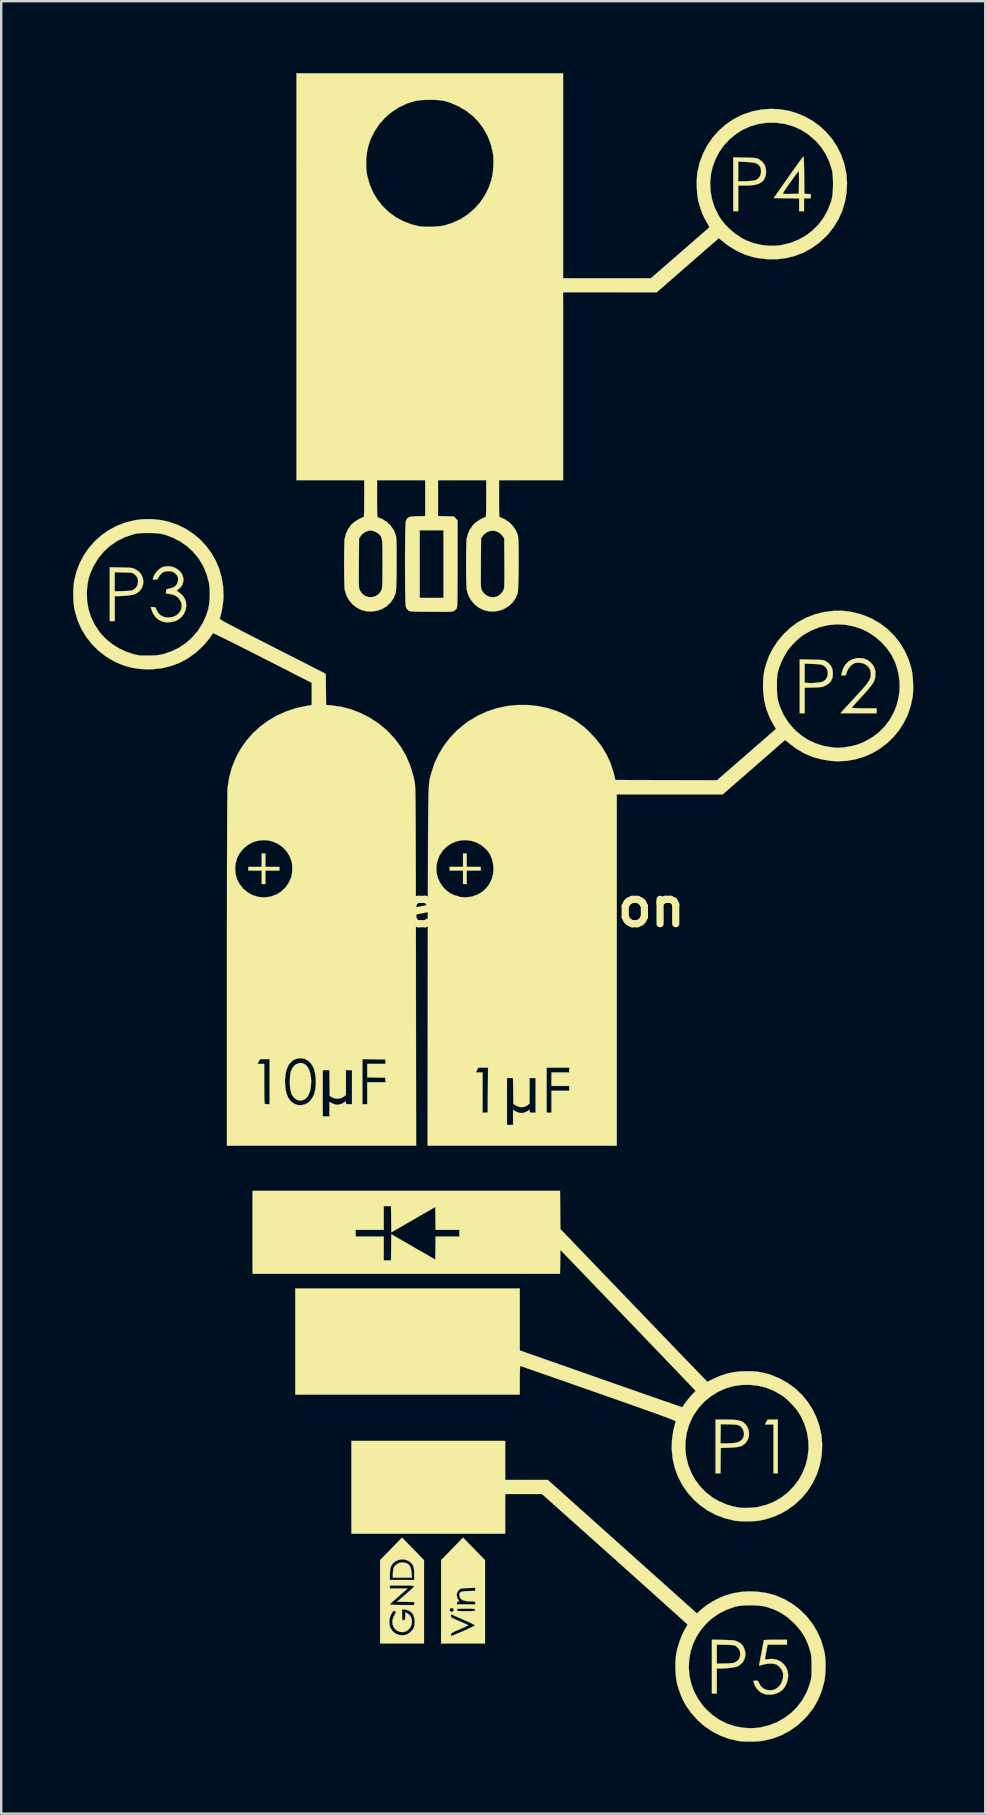
<source format=kicad_pcb>
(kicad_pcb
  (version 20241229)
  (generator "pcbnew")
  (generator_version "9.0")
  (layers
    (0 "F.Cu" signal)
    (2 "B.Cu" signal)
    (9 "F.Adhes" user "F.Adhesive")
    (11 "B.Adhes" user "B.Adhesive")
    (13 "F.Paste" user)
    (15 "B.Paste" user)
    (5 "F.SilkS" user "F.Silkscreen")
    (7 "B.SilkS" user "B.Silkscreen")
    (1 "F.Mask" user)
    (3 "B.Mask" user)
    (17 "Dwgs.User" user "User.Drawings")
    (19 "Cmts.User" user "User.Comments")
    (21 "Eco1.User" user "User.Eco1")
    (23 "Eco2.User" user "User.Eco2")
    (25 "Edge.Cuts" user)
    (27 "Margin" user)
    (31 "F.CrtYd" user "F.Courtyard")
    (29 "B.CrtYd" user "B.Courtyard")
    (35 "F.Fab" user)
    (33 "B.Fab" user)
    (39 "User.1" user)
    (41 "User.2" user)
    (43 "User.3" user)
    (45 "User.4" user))
  (footprint "power_section"
    (layer "F.Cu")
    (at 14.892 3.774)
    (property "Reference" "power_section" (at 2.603 30.988 0) (layer "F.SilkS") (effects (font (size 1.524 1.524) (thickness 0.3))))
    (attr through_hole)
    (fp_poly (pts (xy 14.477 54.583) (xy 14.299 54.583) (xy 14.299 52.549) (xy 13.94 52.549) (xy 13.997 52.447) (xy 14.054 52.345) (xy 14.477 52.345) (xy 14.477 54.583)) (stroke (width 0.01) (type solid)) (fill yes) (layer "F.SilkS"))
    (fp_poly (pts (xy -6.88 29.31) (xy -6.295 29.31) (xy -6.295 29.462) (xy -6.88 29.462) (xy -6.88 30.022) (xy -7.033 30.022) (xy -7.033 29.462) (xy -7.592 29.462) (xy -7.592 29.31) (xy -7.033 29.31) (xy -7.033 28.751) (xy -6.88 28.751) (xy -6.88 29.31)) (stroke (width 0.01) (type solid)) (fill yes) (layer "F.SilkS"))
    (fp_poly (pts (xy 1.51 29.31) (xy 2.095 29.31) (xy 2.095 29.462) (xy 1.51 29.462) (xy 1.51 30.022) (xy 1.358 30.022) (xy 1.358 29.462) (xy 0.798 29.462) (xy 0.798 29.31) (xy 1.358 29.31) (xy 1.358 28.751) (xy 1.51 28.751) (xy 1.51 29.31)) (stroke (width 0.01) (type solid)) (fill yes) (layer "F.SilkS"))
    (fp_poly (pts (xy -1.129 58.305) (xy -1.006 58.33) (xy -0.916 58.38) (xy -0.853 58.461) (xy -0.812 58.578) (xy -0.789 58.736) (xy -0.771 58.931) (xy -1.566 58.931) (xy -1.566 58.759) (xy -1.555 58.608) (xy -1.517 58.494) (xy -1.448 58.408) (xy -1.361 58.35) (xy -1.267 58.311) (xy -1.178 58.301) (xy -1.129 58.305)) (stroke (width 0.01) (type solid)) (fill yes) (layer "F.SilkS"))
    (fp_poly (pts (xy -5.331 37.492) (xy -5.225 37.542) (xy -5.134 37.633) (xy -5.061 37.761) (xy -5.009 37.924) (xy -4.979 38.117) (xy -4.973 38.257) (xy -4.987 38.481) (xy -5.026 38.673) (xy -5.089 38.829) (xy -5.174 38.945) (xy -5.223 38.985) (xy -5.343 39.038) (xy -5.468 39.045) (xy -5.588 39.004) (xy -5.611 38.99) (xy -5.709 38.903) (xy -5.781 38.789) (xy -5.83 38.643) (xy -5.855 38.461) (xy -5.86 38.238) (xy -5.857 38.153) (xy -5.849 38.021) (xy -5.838 37.924) (xy -5.821 37.849) (xy -5.795 37.779) (xy -5.771 37.73) (xy -5.718 37.639) (xy -5.664 37.579) (xy -5.59 37.533) (xy -5.577 37.526) (xy -5.449 37.485) (xy -5.331 37.492)) (stroke (width 0.01) (type solid)) (fill yes) (layer "F.SilkS"))
    (fp_poly (pts (xy 13.098 -0.255) (xy 13.268 -0.252) (xy 13.396 -0.247) (xy 13.49 -0.241) (xy 13.559 -0.232) (xy 13.61 -0.22) (xy 13.653 -0.204) (xy 13.679 -0.191) (xy 13.822 -0.09) (xy 13.922 0.039) (xy 13.979 0.192) (xy 13.989 0.366) (xy 13.989 0.372) (xy 13.962 0.53) (xy 13.906 0.658) (xy 13.817 0.757) (xy 13.692 0.83) (xy 13.529 0.878) (xy 13.324 0.904) (xy 13.138 0.91) (xy 12.825 0.91) (xy 12.825 1.978) (xy 12.621 1.978) (xy 12.621 0.738) (xy 12.825 0.738) (xy 13.164 0.727) (xy 13.312 0.721) (xy 13.42 0.712) (xy 13.496 0.7) (xy 13.552 0.684) (xy 13.587 0.666) (xy 13.691 0.588) (xy 13.752 0.494) (xy 13.777 0.372) (xy 13.778 0.325) (xy 13.771 0.216) (xy 13.747 0.139) (xy 13.725 0.104) (xy 13.672 0.044) (xy 13.607 -0.000342) (xy 13.522 -0.032) (xy 13.408 -0.054) (xy 13.256 -0.068) (xy 13.158 -0.074) (xy 12.825 -0.09) (xy 12.825 0.738) (xy 12.621 0.738) (xy 12.621 -0.265) (xy 13.098 -0.255)) (stroke (width 0.01) (type solid)) (fill yes) (layer "F.SilkS"))
    (fp_poly (pts (xy 12.5 52.348) (xy 12.668 52.356) (xy 12.8 52.372) (xy 12.903 52.395) (xy 12.985 52.428) (xy 13.032 52.456) (xy 13.149 52.562) (xy 13.229 52.695) (xy 13.272 52.844) (xy 13.277 52.999) (xy 13.241 53.149) (xy 13.164 53.284) (xy 13.148 53.303) (xy 13.078 53.373) (xy 13.003 53.425) (xy 12.912 53.463) (xy 12.798 53.488) (xy 12.652 53.504) (xy 12.469 53.514) (xy 12.1 53.528) (xy 12.093 54.055) (xy 12.086 54.583) (xy 11.884 54.583) (xy 11.884 53.337) (xy 12.086 53.337) (xy 12.352 53.337) (xy 12.481 53.334) (xy 12.608 53.326) (xy 12.712 53.315) (xy 12.753 53.308) (xy 12.889 53.257) (xy 12.989 53.175) (xy 13.052 53.068) (xy 13.072 52.944) (xy 13.046 52.81) (xy 13.024 52.76) (xy 12.98 52.684) (xy 12.93 52.629) (xy 12.864 52.59) (xy 12.775 52.564) (xy 12.655 52.55) (xy 12.494 52.543) (xy 12.44 52.542) (xy 12.1 52.536) (xy 12.093 52.936) (xy 12.086 53.337) (xy 11.884 53.337) (xy 11.884 52.345) (xy 12.289 52.345) (xy 12.5 52.348)) (stroke (width 0.01) (type solid)) (fill yes) (layer "F.SilkS"))
    (fp_poly (pts (xy 15.882 20.67) (xy 16.058 20.673) (xy 16.19 20.678) (xy 16.288 20.684) (xy 16.359 20.693) (xy 16.41 20.704) (xy 16.45 20.72) (xy 16.46 20.725) (xy 16.603 20.823) (xy 16.701 20.942) (xy 16.757 21.087) (xy 16.774 21.256) (xy 16.755 21.423) (xy 16.697 21.558) (xy 16.598 21.667) (xy 16.477 21.744) (xy 16.416 21.774) (xy 16.361 21.795) (xy 16.301 21.809) (xy 16.225 21.818) (xy 16.122 21.825) (xy 15.98 21.83) (xy 15.963 21.83) (xy 15.596 21.841) (xy 15.596 22.903) (xy 15.392 22.903) (xy 15.392 21.628) (xy 15.596 21.628) (xy 15.691 21.64) (xy 15.8 21.647) (xy 15.929 21.646) (xy 16.065 21.638) (xy 16.191 21.624) (xy 16.295 21.606) (xy 16.358 21.586) (xy 16.46 21.511) (xy 16.528 21.41) (xy 16.561 21.295) (xy 16.559 21.175) (xy 16.523 21.061) (xy 16.452 20.964) (xy 16.365 20.904) (xy 16.307 20.883) (xy 16.23 20.868) (xy 16.123 20.857) (xy 15.978 20.849) (xy 15.933 20.848) (xy 15.596 20.837) (xy 15.596 21.628) (xy 15.392 21.628) (xy 15.392 20.661) (xy 15.882 20.67)) (stroke (width 0.01) (type solid)) (fill yes) (layer "F.SilkS"))
    (fp_poly (pts (xy -12.898 16.83) (xy -12.733 16.833) (xy -12.609 16.837) (xy -12.519 16.843) (xy -12.451 16.851) (xy -12.399 16.864) (xy -12.351 16.882) (xy -12.3 16.907) (xy -12.282 16.915) (xy -12.147 17.01) (xy -12.05 17.129) (xy -11.99 17.266) (xy -11.968 17.411) (xy -11.984 17.557) (xy -12.038 17.694) (xy -12.129 17.816) (xy -12.259 17.913) (xy -12.277 17.923) (xy -12.365 17.954) (xy -12.493 17.981) (xy -12.649 18.002) (xy -12.823 18.016) (xy -12.989 18.021) (xy -13.16 18.021) (xy -13.16 19.063) (xy -13.364 19.063) (xy -13.364 17.823) (xy -13.16 17.823) (xy -12.811 17.814) (xy -12.663 17.809) (xy -12.557 17.802) (xy -12.481 17.793) (xy -12.426 17.778) (xy -12.381 17.758) (xy -12.373 17.753) (xy -12.27 17.665) (xy -12.207 17.547) (xy -12.186 17.405) (xy -12.186 17.404) (xy -12.204 17.285) (xy -12.257 17.187) (xy -12.353 17.097) (xy -12.356 17.095) (xy -12.39 17.074) (xy -12.431 17.058) (xy -12.489 17.048) (xy -12.573 17.041) (xy -12.693 17.036) (xy -12.793 17.033) (xy -13.16 17.025) (xy -13.16 17.823) (xy -13.364 17.823) (xy -13.364 16.82) (xy -12.898 16.83)) (stroke (width 0.01) (type solid)) (fill yes) (layer "F.SilkS"))
    (fp_poly (pts (xy 12.195 61.529) (xy 12.365 61.533) (xy 12.492 61.538) (xy 12.587 61.545) (xy 12.658 61.555) (xy 12.714 61.568) (xy 12.764 61.587) (xy 12.785 61.596) (xy 12.894 61.651) (xy 12.968 61.708) (xy 13.025 61.782) (xy 13.069 61.867) (xy 13.12 62.029) (xy 13.124 62.19) (xy 13.083 62.341) (xy 13.001 62.476) (xy 12.88 62.584) (xy 12.818 62.621) (xy 12.73 62.652) (xy 12.602 62.679) (xy 12.445 62.7) (xy 12.272 62.714) (xy 12.106 62.718) (xy 11.935 62.719) (xy 11.935 63.761) (xy 11.731 63.761) (xy 11.731 62.52) (xy 11.935 62.52) (xy 12.284 62.512) (xy 12.432 62.507) (xy 12.539 62.5) (xy 12.615 62.49) (xy 12.67 62.476) (xy 12.714 62.455) (xy 12.72 62.452) (xy 12.826 62.371) (xy 12.888 62.274) (xy 12.911 62.15) (xy 12.912 62.123) (xy 12.899 62.001) (xy 12.853 61.903) (xy 12.765 61.813) (xy 12.739 61.792) (xy 12.705 61.771) (xy 12.664 61.756) (xy 12.607 61.746) (xy 12.523 61.739) (xy 12.404 61.734) (xy 12.302 61.732) (xy 11.935 61.724) (xy 11.935 62.52) (xy 11.731 62.52) (xy 11.731 61.518) (xy 12.195 61.529)) (stroke (width 0.01) (type solid)) (fill yes) (layer "F.SilkS"))
    (fp_poly (pts (xy 15.553 -0.284) (xy 15.559 -0.215) (xy 15.565 -0.105) (xy 15.569 0.043) (xy 15.573 0.225) (xy 15.576 0.434) (xy 15.576 0.469) (xy 15.583 1.253) (xy 15.717 1.261) (xy 15.85 1.268) (xy 15.85 1.444) (xy 15.57 1.444) (xy 15.57 1.978) (xy 15.367 1.978) (xy 15.367 1.445) (xy 14.307 1.431) (xy 14.439 1.244) (xy 14.689 1.244) (xy 14.708 1.255) (xy 14.753 1.26) (xy 14.831 1.262) (xy 14.949 1.261) (xy 15.014 1.26) (xy 15.354 1.253) (xy 15.361 0.776) (xy 15.362 0.627) (xy 15.362 0.497) (xy 15.359 0.394) (xy 15.355 0.326) (xy 15.349 0.301) (xy 15.349 0.301) (xy 15.329 0.321) (xy 15.286 0.375) (xy 15.225 0.457) (xy 15.15 0.56) (xy 15.068 0.675) (xy 14.982 0.795) (xy 14.899 0.914) (xy 14.822 1.024) (xy 14.759 1.117) (xy 14.713 1.187) (xy 14.69 1.227) (xy 14.689 1.229) (xy 14.689 1.244) (xy 14.439 1.244) (xy 14.915 0.566) (xy 15.046 0.381) (xy 15.168 0.208) (xy 15.279 0.054) (xy 15.375 -0.079) (xy 15.452 -0.185) (xy 15.509 -0.261) (xy 15.541 -0.301) (xy 15.546 -0.306) (xy 15.553 -0.284)) (stroke (width 0.01) (type solid)) (fill yes) (layer "F.SilkS"))
    (fp_poly (pts (xy 18.04 20.619) (xy 18.195 20.673) (xy 18.328 20.768) (xy 18.367 20.808) (xy 18.46 20.923) (xy 18.515 21.036) (xy 18.541 21.164) (xy 18.545 21.268) (xy 18.541 21.358) (xy 18.53 21.44) (xy 18.506 21.52) (xy 18.468 21.604) (xy 18.411 21.696) (xy 18.332 21.802) (xy 18.228 21.927) (xy 18.096 22.077) (xy 17.931 22.258) (xy 17.914 22.276) (xy 17.808 22.392) (xy 17.714 22.496) (xy 17.638 22.582) (xy 17.584 22.643) (xy 17.559 22.675) (xy 17.558 22.677) (xy 17.579 22.684) (xy 17.645 22.69) (xy 17.748 22.694) (xy 17.88 22.698) (xy 18.036 22.699) (xy 18.073 22.699) (xy 18.596 22.699) (xy 18.596 22.903) (xy 17.09 22.903) (xy 17.187 22.795) (xy 17.233 22.745) (xy 17.306 22.664) (xy 17.401 22.561) (xy 17.512 22.441) (xy 17.632 22.311) (xy 17.691 22.247) (xy 17.86 22.063) (xy 17.996 21.912) (xy 18.104 21.787) (xy 18.187 21.684) (xy 18.248 21.599) (xy 18.292 21.526) (xy 18.322 21.46) (xy 18.342 21.398) (xy 18.345 21.384) (xy 18.358 21.229) (xy 18.326 21.091) (xy 18.255 20.973) (xy 18.151 20.882) (xy 18.02 20.821) (xy 17.866 20.796) (xy 17.704 20.809) (xy 17.611 20.849) (xy 17.517 20.926) (xy 17.433 21.025) (xy 17.371 21.134) (xy 17.351 21.194) (xy 17.331 21.271) (xy 17.311 21.31) (xy 17.277 21.324) (xy 17.224 21.326) (xy 17.128 21.326) (xy 17.149 21.213) (xy 17.207 21.025) (xy 17.304 20.867) (xy 17.433 20.741) (xy 17.59 20.654) (xy 17.77 20.609) (xy 17.856 20.603) (xy 18.04 20.619)) (stroke (width 0.01) (type solid)) (fill yes) (layer "F.SilkS"))
    (fp_poly (pts (xy 14.859 61.727) (xy 14.05 61.727) (xy 13.997 62.013) (xy 13.975 62.13) (xy 13.958 62.228) (xy 13.947 62.298) (xy 13.943 62.327) (xy 13.962 62.341) (xy 14.021 62.339) (xy 14.079 62.33) (xy 14.265 62.32) (xy 14.441 62.355) (xy 14.599 62.432) (xy 14.732 62.546) (xy 14.833 62.693) (xy 14.887 62.832) (xy 14.91 63.009) (xy 14.89 63.194) (xy 14.832 63.373) (xy 14.737 63.534) (xy 14.664 63.617) (xy 14.531 63.713) (xy 14.369 63.778) (xy 14.192 63.809) (xy 14.013 63.804) (xy 13.875 63.77) (xy 13.742 63.698) (xy 13.624 63.587) (xy 13.53 63.449) (xy 13.472 63.297) (xy 13.464 63.253) (xy 13.479 63.233) (xy 13.529 63.228) (xy 13.556 63.227) (xy 13.618 63.231) (xy 13.655 63.249) (xy 13.682 63.296) (xy 13.701 63.342) (xy 13.772 63.463) (xy 13.874 63.553) (xy 14 63.609) (xy 14.138 63.63) (xy 14.279 63.614) (xy 14.414 63.558) (xy 14.492 63.502) (xy 14.593 63.383) (xy 14.664 63.239) (xy 14.7 63.084) (xy 14.698 62.931) (xy 14.681 62.86) (xy 14.626 62.75) (xy 14.543 62.648) (xy 14.446 62.57) (xy 14.405 62.548) (xy 14.295 62.521) (xy 14.155 62.514) (xy 14.003 62.527) (xy 13.855 62.56) (xy 13.847 62.563) (xy 13.762 62.588) (xy 13.715 62.598) (xy 13.698 62.592) (xy 13.699 62.571) (xy 13.7 62.57) (xy 13.708 62.534) (xy 13.723 62.458) (xy 13.743 62.352) (xy 13.768 62.226) (xy 13.794 62.088) (xy 13.82 61.947) (xy 13.845 61.815) (xy 13.866 61.698) (xy 13.882 61.608) (xy 13.891 61.553) (xy 13.892 61.541) (xy 13.917 61.536) (xy 13.984 61.531) (xy 14.086 61.527) (xy 14.216 61.525) (xy 14.365 61.524) (xy 14.375 61.524) (xy 14.859 61.524) (xy 14.859 61.727)) (stroke (width 0.01) (type solid)) (fill yes) (layer "F.SilkS"))
    (fp_poly (pts (xy -10.806 16.789) (xy -10.658 16.836) (xy -10.529 16.912) (xy -10.423 17.011) (xy -10.346 17.129) (xy -10.303 17.26) (xy -10.299 17.4) (xy -10.34 17.542) (xy -10.352 17.565) (xy -10.392 17.623) (xy -10.453 17.689) (xy -10.482 17.716) (xy -10.578 17.8) (xy -10.516 17.841) (xy -10.361 17.963) (xy -10.255 18.1) (xy -10.194 18.254) (xy -10.178 18.415) (xy -10.204 18.592) (xy -10.274 18.756) (xy -10.383 18.898) (xy -10.523 19.009) (xy -10.635 19.063) (xy -10.758 19.095) (xy -10.9 19.111) (xy -11.039 19.11) (xy -11.152 19.091) (xy -11.319 19.014) (xy -11.457 18.898) (xy -11.563 18.744) (xy -11.63 18.574) (xy -11.656 18.479) (xy -11.56 18.479) (xy -11.499 18.483) (xy -11.463 18.504) (xy -11.435 18.555) (xy -11.422 18.587) (xy -11.345 18.73) (xy -11.236 18.833) (xy -11.097 18.895) (xy -10.928 18.916) (xy -10.924 18.916) (xy -10.756 18.895) (xy -10.611 18.837) (xy -10.494 18.746) (xy -10.414 18.626) (xy -10.39 18.562) (xy -10.367 18.449) (xy -10.371 18.356) (xy -10.402 18.257) (xy -10.403 18.256) (xy -10.483 18.121) (xy -10.597 18.022) (xy -10.748 17.958) (xy -10.88 17.932) (xy -11.027 17.913) (xy -11.02 17.821) (xy -11.012 17.765) (xy -10.991 17.736) (xy -10.944 17.72) (xy -10.891 17.712) (xy -10.74 17.671) (xy -10.625 17.598) (xy -10.551 17.495) (xy -10.518 17.364) (xy -10.516 17.324) (xy -10.525 17.233) (xy -10.561 17.161) (xy -10.592 17.122) (xy -10.682 17.04) (xy -10.782 16.995) (xy -10.906 16.981) (xy -10.974 16.984) (xy -11.104 17.009) (xy -11.207 17.069) (xy -11.292 17.169) (xy -11.332 17.239) (xy -11.37 17.301) (xy -11.41 17.328) (xy -11.473 17.335) (xy -11.481 17.335) (xy -11.544 17.332) (xy -11.569 17.319) (xy -11.565 17.281) (xy -11.558 17.257) (xy -11.503 17.13) (xy -11.416 17.008) (xy -11.31 16.902) (xy -11.197 16.827) (xy -11.134 16.802) (xy -10.966 16.776) (xy -10.806 16.789)) (stroke (width 0.01) (type solid)) (fill yes) (layer "F.SilkS"))
    (fp_poly (pts (xy -0.27 58.206) (xy -0.27 61.676) (xy -2.1 61.676) (xy -2.1 60.743) (xy -1.716 60.743) (xy -1.709 60.899) (xy -1.674 61.02) (xy -1.589 61.154) (xy -1.471 61.255) (xy -1.33 61.319) (xy -1.175 61.341) (xy -1.032 61.321) (xy -0.921 61.269) (xy -0.814 61.185) (xy -0.728 61.082) (xy -0.699 61.03) (xy -0.661 60.901) (xy -0.653 60.757) (xy -0.671 60.614) (xy -0.715 60.485) (xy -0.782 60.387) (xy -0.794 60.374) (xy -0.88 60.319) (xy -0.987 60.275) (xy -1.09 60.253) (xy -1.108 60.253) (xy -1.185 60.253) (xy -1.185 60.481) (xy -1.184 60.59) (xy -1.181 60.657) (xy -1.172 60.693) (xy -1.155 60.708) (xy -1.127 60.71) (xy -1.122 60.71) (xy -1.089 60.707) (xy -1.069 60.689) (xy -1.059 60.645) (xy -1.053 60.564) (xy -1.053 60.545) (xy -1.045 60.379) (xy -0.956 60.427) (xy -0.859 60.506) (xy -0.797 60.614) (xy -0.771 60.741) (xy -0.785 60.876) (xy -0.825 60.983) (xy -0.907 61.093) (xy -1.012 61.166) (xy -1.132 61.201) (xy -1.256 61.197) (xy -1.375 61.155) (xy -1.478 61.074) (xy -1.535 60.994) (xy -1.582 60.861) (xy -1.583 60.715) (xy -1.539 60.564) (xy -1.459 60.425) (xy -1.441 60.383) (xy -1.464 60.344) (xy -1.469 60.339) (xy -1.505 60.314) (xy -1.54 60.32) (xy -1.58 60.362) (xy -1.633 60.446) (xy -1.633 60.447) (xy -1.69 60.586) (xy -1.716 60.743) (xy -2.1 60.743) (xy -2.1 59.941) (xy -2.1 59.261) (xy -1.693 59.261) (xy -1.693 59.388) (xy -0.954 59.388) (xy -1.324 59.71) (xy -1.438 59.811) (xy -1.539 59.901) (xy -1.618 59.975) (xy -1.672 60.027) (xy -1.693 60.052) (xy -1.693 60.053) (xy -1.669 60.06) (xy -1.602 60.065) (xy -1.499 60.07) (xy -1.368 60.073) (xy -1.216 60.075) (xy -1.185 60.075) (xy -0.676 60.075) (xy -0.676 59.949) (xy -1.034 59.942) (xy -1.391 59.935) (xy -1.036 59.63) (xy -0.923 59.531) (xy -0.824 59.442) (xy -0.747 59.369) (xy -0.696 59.317) (xy -0.678 59.293) (xy -0.689 59.281) (xy -0.728 59.273) (xy -0.798 59.267) (xy -0.906 59.263) (xy -1.056 59.261) (xy -1.185 59.261) (xy -1.693 59.261) (xy -2.1 59.261) (xy -2.1 59.032) (xy -1.693 59.032) (xy -0.676 59.032) (xy -0.677 58.784) (xy -0.681 58.645) (xy -0.692 58.542) (xy -0.712 58.463) (xy -0.725 58.432) (xy -0.802 58.318) (xy -0.911 58.235) (xy -1.041 58.186) (xy -1.181 58.17) (xy -1.322 58.19) (xy -1.454 58.247) (xy -1.544 58.317) (xy -1.611 58.399) (xy -1.656 58.494) (xy -1.682 58.612) (xy -1.693 58.765) (xy -1.693 58.822) (xy -1.693 59.032) (xy -2.1 59.032) (xy -2.099 58.206) (xy -1.642 57.736) (xy -1.185 57.265) (xy -0.27 58.206)) (stroke (width 0.01) (type solid)) (fill yes) (layer "F.SilkS"))
    (fp_poly (pts (xy 1.815 57.735) (xy 2.273 58.206) (xy 2.273 61.676) (xy 0.442 61.676) (xy 0.443 60.525) (xy 0.849 60.525) (xy 0.852 60.553) (xy 0.864 60.578) (xy 0.893 60.603) (xy 0.946 60.633) (xy 1.03 60.672) (xy 1.151 60.725) (xy 1.199 60.746) (xy 1.323 60.799) (xy 1.43 60.847) (xy 1.511 60.884) (xy 1.559 60.907) (xy 1.567 60.912) (xy 1.552 60.927) (xy 1.496 60.957) (xy 1.409 61) (xy 1.297 61.05) (xy 1.224 61.082) (xy 1.085 61.142) (xy 0.987 61.186) (xy 0.921 61.22) (xy 0.882 61.248) (xy 0.862 61.274) (xy 0.854 61.301) (xy 0.854 61.304) (xy 0.855 61.352) (xy 0.867 61.37) (xy 0.895 61.36) (xy 0.963 61.332) (xy 1.063 61.29) (xy 1.188 61.237) (xy 1.33 61.176) (xy 1.368 61.16) (xy 1.513 61.096) (xy 1.642 61.037) (xy 1.746 60.987) (xy 1.82 60.95) (xy 1.856 60.927) (xy 1.858 60.925) (xy 1.839 60.907) (xy 1.779 60.873) (xy 1.686 60.826) (xy 1.566 60.77) (xy 1.426 60.707) (xy 1.377 60.686) (xy 1.23 60.622) (xy 1.099 60.565) (xy 0.991 60.518) (xy 0.913 60.483) (xy 0.872 60.465) (xy 0.868 60.463) (xy 0.855 60.477) (xy 0.849 60.525) (xy 0.443 60.525) (xy 0.443 60.297) (xy 0.802 60.297) (xy 0.83 60.34) (xy 0.877 60.362) (xy 0.931 60.351) (xy 0.969 60.309) (xy 0.976 60.278) (xy 1.103 60.278) (xy 1.106 60.298) (xy 1.118 60.311) (xy 1.149 60.32) (xy 1.204 60.326) (xy 1.292 60.328) (xy 1.42 60.329) (xy 1.485 60.329) (xy 1.631 60.329) (xy 1.735 60.327) (xy 1.802 60.323) (xy 1.842 60.316) (xy 1.86 60.304) (xy 1.866 60.287) (xy 1.866 60.278) (xy 1.864 60.259) (xy 1.851 60.245) (xy 1.821 60.236) (xy 1.766 60.231) (xy 1.678 60.228) (xy 1.55 60.227) (xy 1.485 60.227) (xy 1.338 60.228) (xy 1.235 60.229) (xy 1.167 60.233) (xy 1.128 60.241) (xy 1.109 60.252) (xy 1.104 60.269) (xy 1.103 60.278) (xy 0.976 60.278) (xy 0.955 60.224) (xy 0.905 60.196) (xy 0.846 60.203) (xy 0.842 60.205) (xy 0.804 60.247) (xy 0.802 60.297) (xy 0.443 60.297) (xy 0.443 59.941) (xy 0.443 59.666) (xy 1.092 59.666) (xy 1.117 59.78) (xy 1.152 59.842) (xy 1.187 59.894) (xy 1.194 59.917) (xy 1.172 59.922) (xy 1.156 59.922) (xy 1.115 59.936) (xy 1.103 59.986) (xy 1.103 60.049) (xy 1.866 60.049) (xy 1.866 59.986) (xy 1.864 59.954) (xy 1.851 59.935) (xy 1.816 59.926) (xy 1.749 59.923) (xy 1.662 59.922) (xy 1.484 59.91) (xy 1.349 59.872) (xy 1.258 59.811) (xy 1.212 59.724) (xy 1.205 59.667) (xy 1.21 59.603) (xy 1.231 59.557) (xy 1.276 59.527) (xy 1.35 59.509) (xy 1.463 59.498) (xy 1.572 59.494) (xy 1.866 59.486) (xy 1.866 59.357) (xy 1.562 59.366) (xy 1.433 59.371) (xy 1.344 59.376) (xy 1.285 59.385) (xy 1.244 59.4) (xy 1.211 59.423) (xy 1.176 59.456) (xy 1.112 59.554) (xy 1.092 59.666) (xy 0.443 59.666) (xy 0.443 58.206) (xy 0.9 57.736) (xy 1.358 57.265) (xy 1.815 57.735)) (stroke (width 0.01) (type solid)) (fill yes) (layer "F.SilkS"))
    (fp_poly (pts (xy 3.112 54.862) (xy 4.891 54.862) (xy 7.999 57.644) (xy 11.107 60.426) (xy 11.251 60.292) (xy 11.479 60.106) (xy 11.746 59.934) (xy 12.04 59.781) (xy 12.281 59.68) (xy 12.594 59.587) (xy 12.933 59.529) (xy 13.286 59.507) (xy 13.644 59.521) (xy 13.995 59.571) (xy 14.329 59.657) (xy 14.407 59.684) (xy 14.766 59.84) (xy 15.099 60.037) (xy 15.403 60.272) (xy 15.676 60.543) (xy 15.914 60.845) (xy 16.114 61.176) (xy 16.275 61.531) (xy 16.392 61.907) (xy 16.438 62.13) (xy 16.458 62.297) (xy 16.467 62.498) (xy 16.466 62.714) (xy 16.456 62.93) (xy 16.436 63.13) (xy 16.413 63.268) (xy 16.307 63.656) (xy 16.158 64.019) (xy 15.965 64.357) (xy 15.726 64.672) (xy 15.609 64.801) (xy 15.315 65.074) (xy 14.994 65.304) (xy 14.649 65.491) (xy 14.283 65.632) (xy 13.899 65.727) (xy 13.88 65.73) (xy 13.736 65.748) (xy 13.56 65.76) (xy 13.369 65.766) (xy 13.177 65.765) (xy 13.002 65.758) (xy 12.859 65.743) (xy 12.85 65.742) (xy 12.463 65.656) (xy 12.095 65.523) (xy 11.748 65.346) (xy 11.425 65.127) (xy 11.13 64.867) (xy 10.864 64.569) (xy 10.632 64.234) (xy 10.617 64.209) (xy 10.522 64.028) (xy 10.429 63.815) (xy 10.347 63.586) (xy 10.282 63.359) (xy 10.28 63.355) (xy 10.247 63.177) (xy 10.224 62.966) (xy 10.212 62.737) (xy 10.211 62.686) (xy 10.767 62.686) (xy 10.795 63.019) (xy 10.867 63.348) (xy 10.982 63.666) (xy 11.142 63.971) (xy 11.345 64.257) (xy 11.483 64.413) (xy 11.754 64.661) (xy 12.048 64.864) (xy 12.363 65.021) (xy 12.696 65.131) (xy 13.047 65.193) (xy 13.311 65.208) (xy 13.452 65.205) (xy 13.608 65.194) (xy 13.749 65.177) (xy 13.775 65.172) (xy 14.118 65.088) (xy 14.444 64.958) (xy 14.748 64.787) (xy 15.026 64.578) (xy 15.274 64.335) (xy 15.485 64.06) (xy 15.657 63.758) (xy 15.676 63.718) (xy 15.718 63.616) (xy 15.765 63.49) (xy 15.808 63.362) (xy 15.816 63.336) (xy 15.841 63.25) (xy 15.859 63.173) (xy 15.872 63.095) (xy 15.879 63.005) (xy 15.884 62.89) (xy 15.886 62.741) (xy 15.886 62.668) (xy 15.886 62.488) (xy 15.882 62.348) (xy 15.875 62.236) (xy 15.863 62.143) (xy 15.846 62.057) (xy 15.84 62.032) (xy 15.736 61.704) (xy 15.598 61.407) (xy 15.42 61.132) (xy 15.197 60.872) (xy 15.151 60.825) (xy 14.892 60.593) (xy 14.621 60.408) (xy 14.329 60.263) (xy 14.007 60.153) (xy 13.943 60.136) (xy 13.797 60.109) (xy 13.616 60.092) (xy 13.415 60.084) (xy 13.209 60.085) (xy 13.01 60.096) (xy 12.832 60.116) (xy 12.691 60.145) (xy 12.688 60.146) (xy 12.332 60.273) (xy 12.008 60.439) (xy 11.714 60.647) (xy 11.513 60.829) (xy 11.28 61.099) (xy 11.09 61.391) (xy 10.944 61.7) (xy 10.842 62.022) (xy 10.782 62.352) (xy 10.767 62.686) (xy 10.211 62.686) (xy 10.211 62.507) (xy 10.222 62.291) (xy 10.241 62.13) (xy 10.286 61.914) (xy 10.351 61.687) (xy 10.429 61.463) (xy 10.518 61.254) (xy 10.61 61.075) (xy 10.671 60.98) (xy 10.705 60.912) (xy 10.699 60.873) (xy 10.678 60.852) (xy 10.621 60.8) (xy 10.53 60.717) (xy 10.407 60.606) (xy 10.255 60.468) (xy 10.074 60.306) (xy 9.868 60.12) (xy 9.639 59.914) (xy 9.387 59.688) (xy 9.116 59.445) (xy 8.828 59.186) (xy 8.524 58.914) (xy 8.206 58.629) (xy 7.877 58.335) (xy 7.663 58.143) (xy 4.65 55.448) (xy 3.881 55.448) (xy 3.112 55.447) (xy 3.112 57.1) (xy -3.295 57.1) (xy -3.295 53.235) (xy 3.112 53.235) (xy 3.112 54.862)) (stroke (width 0.01) (type solid)) (fill yes) (layer "F.SilkS"))
    (fp_poly (pts (xy 5.406 43.607) (xy 5.413 44.403) (xy 8.471 47.586) (xy 8.797 47.925) (xy 9.113 48.253) (xy 9.418 48.57) (xy 9.709 48.873) (xy 9.986 49.161) (xy 10.246 49.431) (xy 10.487 49.682) (xy 10.708 49.911) (xy 10.908 50.117) (xy 11.083 50.299) (xy 11.232 50.454) (xy 11.354 50.58) (xy 11.447 50.675) (xy 11.509 50.738) (xy 11.538 50.767) (xy 11.54 50.769) (xy 11.565 50.758) (xy 11.626 50.73) (xy 11.709 50.689) (xy 11.751 50.668) (xy 12.051 50.533) (xy 12.337 50.435) (xy 12.624 50.371) (xy 12.929 50.337) (xy 13.18 50.329) (xy 13.446 50.335) (xy 13.68 50.358) (xy 13.901 50.399) (xy 14.128 50.462) (xy 14.199 50.485) (xy 14.562 50.634) (xy 14.898 50.824) (xy 15.204 51.05) (xy 15.479 51.31) (xy 15.719 51.599) (xy 15.922 51.914) (xy 16.087 52.251) (xy 16.211 52.608) (xy 16.291 52.979) (xy 16.326 53.362) (xy 16.313 53.753) (xy 16.3 53.871) (xy 16.223 54.264) (xy 16.1 54.637) (xy 15.933 54.989) (xy 15.724 55.315) (xy 15.476 55.612) (xy 15.19 55.879) (xy 14.87 56.11) (xy 14.584 56.271) (xy 14.329 56.383) (xy 14.049 56.476) (xy 13.77 56.544) (xy 13.727 56.552) (xy 13.56 56.572) (xy 13.362 56.584) (xy 13.15 56.588) (xy 12.943 56.582) (xy 12.756 56.567) (xy 12.647 56.551) (xy 12.258 56.455) (xy 11.887 56.313) (xy 11.539 56.126) (xy 11.217 55.897) (xy 10.976 55.679) (xy 10.71 55.379) (xy 10.489 55.056) (xy 10.312 54.712) (xy 10.181 54.35) (xy 10.096 53.974) (xy 10.057 53.588) (xy 10.057 53.581) (xy 10.624 53.581) (xy 10.663 53.916) (xy 10.745 54.243) (xy 10.869 54.557) (xy 11.033 54.854) (xy 11.237 55.129) (xy 11.478 55.377) (xy 11.757 55.594) (xy 11.779 55.609) (xy 12.03 55.751) (xy 12.311 55.872) (xy 12.603 55.963) (xy 12.863 56.014) (xy 13 56.025) (xy 13.167 56.028) (xy 13.345 56.022) (xy 13.512 56.009) (xy 13.623 55.994) (xy 13.975 55.907) (xy 14.306 55.776) (xy 14.613 55.602) (xy 14.892 55.387) (xy 15.139 55.136) (xy 15.352 54.85) (xy 15.507 54.572) (xy 15.638 54.244) (xy 15.722 53.904) (xy 15.759 53.557) (xy 15.748 53.209) (xy 15.691 52.864) (xy 15.588 52.528) (xy 15.439 52.207) (xy 15.348 52.053) (xy 15.244 51.91) (xy 15.112 51.756) (xy 14.964 51.603) (xy 14.814 51.465) (xy 14.675 51.355) (xy 14.65 51.338) (xy 14.332 51.154) (xy 14.002 51.019) (xy 13.66 50.933) (xy 13.303 50.895) (xy 12.953 50.902) (xy 12.611 50.954) (xy 12.281 51.054) (xy 11.968 51.197) (xy 11.676 51.381) (xy 11.41 51.603) (xy 11.176 51.859) (xy 10.977 52.147) (xy 10.92 52.248) (xy 10.776 52.571) (xy 10.679 52.904) (xy 10.629 53.242) (xy 10.624 53.581) (xy 10.057 53.581) (xy 10.066 53.193) (xy 10.124 52.794) (xy 10.222 52.42) (xy 10.216 52.411) (xy 10.194 52.398) (xy 10.153 52.378) (xy 10.092 52.352) (xy 10.008 52.318) (xy 9.898 52.276) (xy 9.762 52.225) (xy 9.597 52.165) (xy 9.4 52.093) (xy 9.17 52.011) (xy 8.904 51.916) (xy 8.601 51.808) (xy 8.258 51.687) (xy 7.873 51.552) (xy 7.444 51.401) (xy 6.997 51.244) (xy 6.607 51.107) (xy 6.229 50.975) (xy 5.868 50.848) (xy 5.526 50.728) (xy 5.205 50.616) (xy 4.908 50.513) (xy 4.639 50.419) (xy 4.399 50.335) (xy 4.193 50.263) (xy 4.021 50.204) (xy 3.888 50.158) (xy 3.796 50.126) (xy 3.748 50.11) (xy 3.741 50.108) (xy 3.736 50.132) (xy 3.731 50.2) (xy 3.727 50.305) (xy 3.724 50.44) (xy 3.723 50.597) (xy 3.722 50.705) (xy 3.722 51.303) (xy -5.634 51.303) (xy -5.634 46.879) (xy 3.722 46.879) (xy 3.722 49.464) (xy 7.107 50.652) (xy 7.506 50.792) (xy 7.891 50.927) (xy 8.261 51.056) (xy 8.612 51.179) (xy 8.942 51.294) (xy 9.247 51.4) (xy 9.525 51.497) (xy 9.774 51.584) (xy 9.991 51.659) (xy 10.173 51.722) (xy 10.317 51.772) (xy 10.42 51.807) (xy 10.481 51.827) (xy 10.496 51.832) (xy 10.597 51.685) (xy 10.712 51.533) (xy 10.825 51.394) (xy 10.901 51.309) (xy 11.053 51.15) (xy 11.004 51.094) (xy 10.981 51.07) (xy 10.925 51.011) (xy 10.838 50.919) (xy 10.721 50.797) (xy 10.576 50.646) (xy 10.406 50.468) (xy 10.213 50.266) (xy 9.997 50.041) (xy 9.762 49.796) (xy 9.508 49.532) (xy 9.239 49.251) (xy 8.956 48.956) (xy 8.66 48.648) (xy 8.355 48.33) (xy 8.184 48.152) (xy 5.413 45.267) (xy 5.399 46.269) (xy -7.414 46.269) (xy -7.414 44.438) (xy -3.117 44.438) (xy -3.117 44.718) (xy -1.948 44.718) (xy -1.948 45.709) (xy -1.644 45.709) (xy -1.637 45.165) (xy -1.63 44.622) (xy -0.715 45.151) (xy 0.201 45.68) (xy 0.208 45.199) (xy 0.215 44.718) (xy 1.205 44.718) (xy 1.205 44.438) (xy 0.215 44.438) (xy 0.208 43.96) (xy 0.201 43.482) (xy -0.715 44.01) (xy -1.63 44.539) (xy -1.637 43.993) (xy -1.644 43.446) (xy -1.948 43.446) (xy -1.948 44.438) (xy -3.117 44.438) (xy -7.414 44.438) (xy -7.414 42.811) (xy 5.4 42.811) (xy 5.406 43.607)) (stroke (width 0.01) (type solid)) (fill yes) (layer "F.SilkS"))
    (fp_poly (pts (xy 17.2 18.638) (xy 17.587 18.688) (xy 17.968 18.787) (xy 18.337 18.933) (xy 18.389 18.958) (xy 18.733 19.156) (xy 19.044 19.392) (xy 19.322 19.663) (xy 19.563 19.968) (xy 19.766 20.303) (xy 19.929 20.666) (xy 20.047 21.047) (xy 20.077 21.204) (xy 20.099 21.397) (xy 20.113 21.607) (xy 20.119 21.821) (xy 20.115 22.022) (xy 20.101 22.194) (xy 20.098 22.217) (xy 20.017 22.6) (xy 19.893 22.963) (xy 19.728 23.303) (xy 19.526 23.617) (xy 19.29 23.904) (xy 19.023 24.16) (xy 18.729 24.382) (xy 18.411 24.569) (xy 18.072 24.717) (xy 17.715 24.825) (xy 17.345 24.888) (xy 16.963 24.906) (xy 16.696 24.89) (xy 16.307 24.829) (xy 15.948 24.731) (xy 15.612 24.591) (xy 15.29 24.408) (xy 14.976 24.177) (xy 14.967 24.169) (xy 14.782 24.018) (xy 14.42 24.333) (xy 14.325 24.416) (xy 14.197 24.528) (xy 14.043 24.662) (xy 13.868 24.815) (xy 13.677 24.981) (xy 13.478 25.155) (xy 13.275 25.331) (xy 13.12 25.467) (xy 12.182 26.284) (xy 7.765 26.284) (xy 7.765 40.929) (xy -0.118 40.929) (xy -0.115 37.867) (xy 1.892 37.867) (xy 1.915 37.873) (xy 1.974 37.877) (xy 2.031 37.878) (xy 2.171 37.878) (xy 2.171 39.559) (xy 2.387 39.544) (xy 2.394 38.609) (xy 2.398 38.107) (xy 3.188 38.107) (xy 3.188 40.065) (xy 3.443 40.065) (xy 3.443 39.431) (xy 3.531 39.491) (xy 3.664 39.553) (xy 3.806 39.571) (xy 3.945 39.543) (xy 4.062 39.478) (xy 4.129 39.426) (xy 4.129 39.491) (xy 4.133 39.53) (xy 4.153 39.549) (xy 4.203 39.556) (xy 4.256 39.556) (xy 4.383 39.556) (xy 4.383 38.107) (xy 4.129 38.107) (xy 4.129 39.17) (xy 4.052 39.235) (xy 3.936 39.301) (xy 3.804 39.324) (xy 3.667 39.304) (xy 3.541 39.243) (xy 3.455 39.186) (xy 3.442 38.107) (xy 3.188 38.107) (xy 2.398 38.107) (xy 2.401 37.675) (xy 4.841 37.675) (xy 4.841 39.556) (xy 5.044 39.556) (xy 5.044 38.641) (xy 5.782 38.641) (xy 5.782 38.438) (xy 5.044 38.438) (xy 5.044 37.878) (xy 5.782 37.878) (xy 5.782 37.675) (xy 4.841 37.675) (xy 2.401 37.675) (xy 1.998 37.675) (xy 1.945 37.765) (xy 1.912 37.824) (xy 1.893 37.862) (xy 1.892 37.867) (xy -0.115 37.867) (xy -0.109 33.486) (xy -0.108 32.751) (xy -0.107 32.066) (xy -0.107 31.427) (xy -0.106 30.834) (xy -0.105 30.285) (xy -0.104 29.778) (xy -0.103 29.323) (xy 0.244 29.323) (xy 0.253 29.543) (xy 0.302 29.753) (xy 0.388 29.949) (xy 0.505 30.126) (xy 0.652 30.281) (xy 0.823 30.408) (xy 1.017 30.503) (xy 1.228 30.562) (xy 1.453 30.581) (xy 1.689 30.555) (xy 1.748 30.541) (xy 1.973 30.459) (xy 2.168 30.339) (xy 2.333 30.187) (xy 2.463 30.008) (xy 2.558 29.807) (xy 2.614 29.59) (xy 2.63 29.362) (xy 2.603 29.129) (xy 2.532 28.896) (xy 2.482 28.787) (xy 2.435 28.714) (xy 2.368 28.627) (xy 2.313 28.565) (xy 2.13 28.408) (xy 1.928 28.295) (xy 1.714 28.223) (xy 1.495 28.192) (xy 1.275 28.202) (xy 1.061 28.251) (xy 0.859 28.339) (xy 0.675 28.463) (xy 0.514 28.625) (xy 0.384 28.822) (xy 0.36 28.871) (xy 0.278 29.098) (xy 0.244 29.323) (xy -0.103 29.323) (xy -0.103 29.31) (xy -0.102 28.881) (xy -0.101 28.489) (xy -0.1 28.131) (xy -0.099 27.806) (xy -0.097 27.512) (xy -0.095 27.247) (xy -0.093 27.01) (xy -0.09 26.799) (xy -0.087 26.611) (xy -0.084 26.446) (xy -0.08 26.301) (xy -0.076 26.174) (xy -0.071 26.065) (xy -0.066 25.97) (xy -0.06 25.888) (xy -0.054 25.818) (xy -0.047 25.757) (xy -0.039 25.704) (xy -0.031 25.657) (xy -0.022 25.614) (xy -0.012 25.573) (xy -0.002 25.533) (xy 0.009 25.492) (xy 0.021 25.448) (xy 0.032 25.407) (xy 0.162 25.006) (xy 0.339 24.622) (xy 0.559 24.259) (xy 0.819 23.92) (xy 1.118 23.611) (xy 1.452 23.334) (xy 1.599 23.23) (xy 1.977 23.006) (xy 2.372 22.828) (xy 2.78 22.694) (xy 3.197 22.605) (xy 3.619 22.561) (xy 4.043 22.56) (xy 4.463 22.604) (xy 4.877 22.69) (xy 5.28 22.82) (xy 5.668 22.993) (xy 6.037 23.208) (xy 6.383 23.465) (xy 6.56 23.623) (xy 6.867 23.942) (xy 7.126 24.275) (xy 7.339 24.624) (xy 7.507 24.993) (xy 7.634 25.385) (xy 7.652 25.458) (xy 7.707 25.687) (xy 11.947 25.698) (xy 13.174 24.628) (xy 14.401 23.558) (xy 14.336 23.453) (xy 14.146 23.1) (xy 14.005 22.74) (xy 13.913 22.369) (xy 13.868 21.981) (xy 13.862 21.784) (xy 13.862 21.771) (xy 14.44 21.771) (xy 14.442 21.965) (xy 14.449 22.121) (xy 14.464 22.253) (xy 14.487 22.375) (xy 14.522 22.499) (xy 14.57 22.639) (xy 14.58 22.668) (xy 14.719 22.976) (xy 14.903 23.268) (xy 15.125 23.535) (xy 15.211 23.62) (xy 15.473 23.842) (xy 15.75 24.022) (xy 16.048 24.161) (xy 16.371 24.262) (xy 16.725 24.326) (xy 16.943 24.348) (xy 16.984 24.347) (xy 17.062 24.341) (xy 17.165 24.333) (xy 17.234 24.326) (xy 17.535 24.281) (xy 17.813 24.205) (xy 18.09 24.092) (xy 18.1 24.087) (xy 18.409 23.913) (xy 18.685 23.704) (xy 18.926 23.463) (xy 19.131 23.194) (xy 19.298 22.903) (xy 19.425 22.592) (xy 19.511 22.267) (xy 19.555 21.932) (xy 19.554 21.589) (xy 19.507 21.245) (xy 19.413 20.902) (xy 19.355 20.75) (xy 19.209 20.461) (xy 19.019 20.188) (xy 18.792 19.938) (xy 18.535 19.717) (xy 18.254 19.53) (xy 17.973 19.393) (xy 17.629 19.279) (xy 17.279 19.214) (xy 16.927 19.198) (xy 16.578 19.231) (xy 16.235 19.311) (xy 15.904 19.438) (xy 15.588 19.612) (xy 15.481 19.684) (xy 15.352 19.788) (xy 15.211 19.918) (xy 15.073 20.062) (xy 14.95 20.204) (xy 14.868 20.314) (xy 14.734 20.542) (xy 14.614 20.794) (xy 14.521 21.045) (xy 14.498 21.123) (xy 14.475 21.212) (xy 14.459 21.296) (xy 14.449 21.384) (xy 14.443 21.491) (xy 14.44 21.626) (xy 14.44 21.771) (xy 13.862 21.771) (xy 13.866 21.565) (xy 13.879 21.378) (xy 13.903 21.205) (xy 13.942 21.026) (xy 13.982 20.878) (xy 14.106 20.533) (xy 14.275 20.202) (xy 14.483 19.889) (xy 14.727 19.601) (xy 15 19.344) (xy 15.297 19.122) (xy 15.615 18.944) (xy 15.659 18.923) (xy 16.034 18.779) (xy 16.419 18.684) (xy 16.809 18.637) (xy 17.2 18.638)) (stroke (width 0.01) (type solid)) (fill yes) (layer "F.SilkS"))
    (fp_poly (pts (xy -11.23 14.853) (xy -10.862 14.938) (xy -10.512 15.064) (xy -10.184 15.229) (xy -9.879 15.43) (xy -9.601 15.665) (xy -9.352 15.93) (xy -9.136 16.223) (xy -8.953 16.541) (xy -8.809 16.881) (xy -8.705 17.241) (xy -8.643 17.618) (xy -8.627 18.009) (xy -8.637 18.206) (xy -8.654 18.359) (xy -8.679 18.522) (xy -8.71 18.682) (xy -8.744 18.823) (xy -8.777 18.931) (xy -8.784 18.949) (xy -8.785 18.959) (xy -8.778 18.971) (xy -8.761 18.988) (xy -8.731 19.01) (xy -8.685 19.039) (xy -8.622 19.077) (xy -8.538 19.124) (xy -8.43 19.182) (xy -8.298 19.252) (xy -8.136 19.337) (xy -7.944 19.436) (xy -7.719 19.552) (xy -7.457 19.686) (xy -7.157 19.84) (xy -6.815 20.014) (xy -6.585 20.131) (xy -4.365 21.263) (xy -4.358 21.911) (xy -4.35 22.559) (xy -4.136 22.577) (xy -3.722 22.636) (xy -3.313 22.743) (xy -2.915 22.895) (xy -2.534 23.089) (xy -2.177 23.322) (xy -1.85 23.59) (xy -1.781 23.656) (xy -1.481 23.979) (xy -1.226 24.322) (xy -1.016 24.688) (xy -0.847 25.08) (xy -0.719 25.5) (xy -0.659 25.776) (xy -0.655 25.802) (xy -0.651 25.831) (xy -0.647 25.866) (xy -0.643 25.908) (xy -0.64 25.96) (xy -0.637 26.022) (xy -0.634 26.096) (xy -0.632 26.185) (xy -0.629 26.29) (xy -0.627 26.413) (xy -0.625 26.556) (xy -0.623 26.72) (xy -0.621 26.907) (xy -0.62 27.118) (xy -0.618 27.357) (xy -0.617 27.624) (xy -0.616 27.921) (xy -0.615 28.25) (xy -0.614 28.613) (xy -0.613 29.011) (xy -0.612 29.447) (xy -0.611 29.921) (xy -0.61 30.436) (xy -0.609 30.994) (xy -0.609 31.596) (xy -0.608 32.244) (xy -0.607 32.94) (xy -0.607 33.473) (xy -0.599 40.929) (xy -8.482 40.929) (xy -8.482 37.522) (xy -7.214 37.522) (xy -6.931 37.522) (xy -6.931 38.344) (xy -6.931 38.544) (xy -6.929 38.727) (xy -6.927 38.888) (xy -6.924 39.02) (xy -6.92 39.116) (xy -6.917 39.172) (xy -6.914 39.183) (xy -6.88 39.194) (xy -6.816 39.2) (xy -6.8 39.2) (xy -6.702 39.2) (xy -6.702 38.26) (xy -6.066 38.26) (xy -6.051 38.514) (xy -6.007 38.735) (xy -5.935 38.919) (xy -5.835 39.063) (xy -5.814 39.084) (xy -5.679 39.183) (xy -5.529 39.236) (xy -5.37 39.241) (xy -5.21 39.199) (xy -5.135 39.162) (xy -5.019 39.067) (xy -4.92 38.933) (xy -4.845 38.771) (xy -4.832 38.73) (xy -4.793 38.546) (xy -4.776 38.34) (xy -4.781 38.127) (xy -4.806 37.922) (xy -4.842 37.777) (xy -4.49 37.777) (xy -4.49 39.709) (xy -4.211 39.709) (xy -4.211 39.106) (xy -4.092 39.166) (xy -4.005 39.201) (xy -3.92 39.223) (xy -3.888 39.226) (xy -3.784 39.21) (xy -3.673 39.171) (xy -3.582 39.117) (xy -3.569 39.107) (xy -3.537 39.081) (xy -3.525 39.096) (xy -3.524 39.133) (xy -3.52 39.173) (xy -3.501 39.193) (xy -3.452 39.2) (xy -3.397 39.2) (xy -3.27 39.2) (xy -2.838 39.2) (xy -2.634 39.2) (xy -2.634 38.285) (xy -1.868 38.285) (xy -1.876 38.19) (xy -1.884 38.094) (xy -2.634 38.08) (xy -2.634 37.522) (xy -1.868 37.522) (xy -1.884 37.332) (xy -2.361 37.325) (xy -2.838 37.318) (xy -2.838 39.2) (xy -3.27 39.2) (xy -3.27 37.777) (xy -3.524 37.777) (xy -3.524 38.816) (xy -3.616 38.886) (xy -3.734 38.947) (xy -3.87 38.969) (xy -4.007 38.952) (xy -4.096 38.915) (xy -4.198 38.856) (xy -4.205 38.316) (xy -4.212 37.777) (xy -4.49 37.777) (xy -4.842 37.777) (xy -4.85 37.741) (xy -4.882 37.66) (xy -4.975 37.508) (xy -5.093 37.393) (xy -5.229 37.316) (xy -5.376 37.28) (xy -5.526 37.287) (xy -5.673 37.338) (xy -5.794 37.421) (xy -5.906 37.553) (xy -5.989 37.726) (xy -6.042 37.938) (xy -6.065 38.188) (xy -6.066 38.26) (xy -6.702 38.26) (xy -6.702 37.319) (xy -7.1 37.319) (xy -7.157 37.421) (xy -7.214 37.522) (xy -8.482 37.522) (xy -8.482 33.597) (xy -8.482 32.749) (xy -8.482 31.952) (xy -8.481 31.205) (xy -8.481 30.509) (xy -8.48 29.863) (xy -8.479 29.387) (xy -8.144 29.387) (xy -8.122 29.616) (xy -8.055 29.839) (xy -7.945 30.046) (xy -7.791 30.233) (xy -7.606 30.383) (xy -7.397 30.493) (xy -7.172 30.56) (xy -6.936 30.581) (xy -6.695 30.555) (xy -6.639 30.542) (xy -6.416 30.458) (xy -6.216 30.332) (xy -6.045 30.169) (xy -5.907 29.973) (xy -5.807 29.749) (xy -5.795 29.709) (xy -5.771 29.588) (xy -5.76 29.44) (xy -5.761 29.285) (xy -5.774 29.145) (xy -5.787 29.079) (xy -5.873 28.855) (xy -5.998 28.656) (xy -6.159 28.487) (xy -6.347 28.351) (xy -6.559 28.255) (xy -6.788 28.201) (xy -6.938 28.191) (xy -7.185 28.213) (xy -7.41 28.281) (xy -7.617 28.395) (xy -7.802 28.551) (xy -7.951 28.733) (xy -8.058 28.937) (xy -8.122 29.158) (xy -8.144 29.387) (xy -8.479 29.387) (xy -8.479 29.267) (xy -8.477 28.722) (xy -8.476 28.227) (xy -8.474 27.781) (xy -8.473 27.385) (xy -8.471 27.039) (xy -8.469 26.743) (xy -8.466 26.495) (xy -8.464 26.297) (xy -8.461 26.149) (xy -8.458 26.049) (xy -8.455 26.001) (xy -8.387 25.571) (xy -8.273 25.159) (xy -8.116 24.768) (xy -7.917 24.4) (xy -7.68 24.059) (xy -7.407 23.745) (xy -7.099 23.462) (xy -6.76 23.212) (xy -6.392 22.998) (xy -5.998 22.822) (xy -5.579 22.687) (xy -5.145 22.596) (xy -4.948 22.565) (xy -4.948 21.637) (xy -6.998 20.59) (xy -7.299 20.437) (xy -7.587 20.291) (xy -7.859 20.154) (xy -8.111 20.027) (xy -8.341 19.913) (xy -8.545 19.811) (xy -8.72 19.725) (xy -8.862 19.656) (xy -8.97 19.605) (xy -9.038 19.574) (xy -9.065 19.564) (xy -9.065 19.564) (xy -9.086 19.594) (xy -9.127 19.654) (xy -9.178 19.732) (xy -9.182 19.737) (xy -9.243 19.821) (xy -9.327 19.925) (xy -9.422 20.034) (xy -9.486 20.103) (xy -9.781 20.378) (xy -10.1 20.609) (xy -10.441 20.794) (xy -10.803 20.932) (xy -11.184 21.025) (xy -11.583 21.069) (xy -11.762 21.074) (xy -12.132 21.056) (xy -12.477 21) (xy -12.809 20.904) (xy -13.137 20.764) (xy -13.195 20.735) (xy -13.534 20.534) (xy -13.841 20.294) (xy -14.115 20.02) (xy -14.352 19.715) (xy -14.55 19.383) (xy -14.707 19.028) (xy -14.818 18.654) (xy -14.85 18.494) (xy -14.873 18.308) (xy -14.885 18.092) (xy -14.887 17.863) (xy -14.886 17.843) (xy -14.322 17.843) (xy -14.314 18.208) (xy -14.257 18.559) (xy -14.151 18.894) (xy -13.997 19.214) (xy -13.795 19.517) (xy -13.757 19.565) (xy -13.535 19.804) (xy -13.274 20.017) (xy -12.985 20.199) (xy -12.673 20.345) (xy -12.349 20.451) (xy -12.131 20.496) (xy -12.077 20.5) (xy -11.985 20.502) (xy -11.866 20.503) (xy -11.732 20.502) (xy -11.698 20.501) (xy -11.514 20.495) (xy -11.364 20.483) (xy -11.236 20.463) (xy -11.13 20.439) (xy -10.787 20.323) (xy -10.467 20.165) (xy -10.175 19.966) (xy -9.915 19.731) (xy -9.688 19.462) (xy -9.498 19.162) (xy -9.348 18.836) (xy -9.269 18.593) (xy -9.23 18.4) (xy -9.206 18.176) (xy -9.197 17.938) (xy -9.204 17.705) (xy -9.228 17.493) (xy -9.239 17.436) (xy -9.336 17.086) (xy -9.477 16.759) (xy -9.659 16.459) (xy -9.88 16.188) (xy -10.135 15.949) (xy -10.424 15.747) (xy -10.743 15.584) (xy -10.778 15.57) (xy -10.944 15.505) (xy -11.088 15.457) (xy -11.224 15.425) (xy -11.367 15.405) (xy -11.53 15.394) (xy -11.727 15.391) (xy -11.762 15.391) (xy -11.931 15.392) (xy -12.062 15.396) (xy -12.166 15.404) (xy -12.256 15.417) (xy -12.344 15.436) (xy -12.393 15.449) (xy -12.746 15.569) (xy -13.069 15.73) (xy -13.361 15.931) (xy -13.621 16.17) (xy -13.846 16.445) (xy -14.035 16.756) (xy -14.064 16.813) (xy -14.17 17.052) (xy -14.245 17.28) (xy -14.293 17.514) (xy -14.319 17.774) (xy -14.322 17.843) (xy -14.886 17.843) (xy -14.878 17.641) (xy -14.858 17.444) (xy -14.85 17.395) (xy -14.758 17.014) (xy -14.623 16.654) (xy -14.445 16.317) (xy -14.23 16.006) (xy -13.98 15.725) (xy -13.698 15.476) (xy -13.388 15.261) (xy -13.052 15.085) (xy -12.695 14.95) (xy -12.318 14.859) (xy -12.009 14.819) (xy -11.613 14.813) (xy -11.23 14.853)) (stroke (width 0.01) (type solid)) (fill yes) (layer "F.SilkS"))
    (fp_poly (pts (xy 5.527 4.774) (xy 9.19 4.774) (xy 10.391 3.728) (xy 10.602 3.544) (xy 10.802 3.37) (xy 10.988 3.208) (xy 11.156 3.061) (xy 11.303 2.933) (xy 11.426 2.826) (xy 11.521 2.744) (xy 11.584 2.688) (xy 11.613 2.663) (xy 11.615 2.661) (xy 11.615 2.63) (xy 11.589 2.567) (xy 11.548 2.493) (xy 11.427 2.28) (xy 11.329 2.07) (xy 11.248 1.844) (xy 11.175 1.586) (xy 11.171 1.571) (xy 11.136 1.386) (xy 11.112 1.168) (xy 11.1 0.934) (xy 11.1 0.77) (xy 11.657 0.77) (xy 11.67 1.124) (xy 11.731 1.472) (xy 11.839 1.809) (xy 11.993 2.13) (xy 12.095 2.295) (xy 12.266 2.515) (xy 12.473 2.727) (xy 12.706 2.921) (xy 12.95 3.086) (xy 13.158 3.196) (xy 13.465 3.31) (xy 13.79 3.386) (xy 14.121 3.422) (xy 14.447 3.416) (xy 14.642 3.39) (xy 15.002 3.301) (xy 15.338 3.169) (xy 15.647 2.995) (xy 15.926 2.783) (xy 16.173 2.535) (xy 16.384 2.253) (xy 16.558 1.939) (xy 16.692 1.597) (xy 16.721 1.5) (xy 16.747 1.371) (xy 16.765 1.207) (xy 16.777 1.019) (xy 16.78 0.823) (xy 16.776 0.63) (xy 16.765 0.454) (xy 16.745 0.309) (xy 16.732 0.249) (xy 16.618 -0.096) (xy 16.474 -0.403) (xy 16.296 -0.679) (xy 16.081 -0.93) (xy 16.021 -0.989) (xy 15.741 -1.226) (xy 15.439 -1.416) (xy 15.118 -1.561) (xy 14.778 -1.658) (xy 14.421 -1.707) (xy 14.05 -1.709) (xy 13.988 -1.705) (xy 13.645 -1.652) (xy 13.318 -1.554) (xy 13.01 -1.413) (xy 12.724 -1.232) (xy 12.463 -1.015) (xy 12.233 -0.766) (xy 12.036 -0.488) (xy 11.876 -0.184) (xy 11.757 0.143) (xy 11.693 0.417) (xy 11.657 0.77) (xy 11.1 0.77) (xy 11.1 0.699) (xy 11.113 0.48) (xy 11.132 0.336) (xy 11.222 -0.047) (xy 11.357 -0.412) (xy 11.534 -0.755) (xy 11.75 -1.073) (xy 12.002 -1.361) (xy 12.287 -1.617) (xy 12.602 -1.836) (xy 12.944 -2.015) (xy 13.058 -2.062) (xy 13.433 -2.185) (xy 13.811 -2.259) (xy 14.187 -2.286) (xy 14.56 -2.268) (xy 14.923 -2.207) (xy 15.276 -2.105) (xy 15.612 -1.963) (xy 15.93 -1.783) (xy 16.226 -1.567) (xy 16.496 -1.317) (xy 16.736 -1.035) (xy 16.943 -0.722) (xy 17.114 -0.38) (xy 17.244 -0.01) (xy 17.261 0.051) (xy 17.336 0.433) (xy 17.363 0.818) (xy 17.343 1.203) (xy 17.277 1.581) (xy 17.166 1.949) (xy 17.011 2.3) (xy 16.814 2.63) (xy 16.577 2.934) (xy 16.512 3.005) (xy 16.216 3.281) (xy 15.897 3.512) (xy 15.557 3.699) (xy 15.198 3.839) (xy 14.823 3.934) (xy 14.435 3.981) (xy 14.037 3.98) (xy 13.63 3.93) (xy 13.447 3.892) (xy 13.107 3.787) (xy 12.771 3.633) (xy 12.442 3.433) (xy 12.236 3.279) (xy 12.017 3.103) (xy 10.723 4.23) (xy 9.43 5.358) (xy 7.479 5.359) (xy 5.527 5.359) (xy 5.527 13.19) (xy 2.858 13.19) (xy 2.858 13.966) (xy 2.858 14.187) (xy 2.859 14.362) (xy 2.861 14.497) (xy 2.864 14.596) (xy 2.868 14.665) (xy 2.875 14.709) (xy 2.883 14.732) (xy 2.893 14.741) (xy 2.897 14.741) (xy 2.938 14.752) (xy 3.009 14.781) (xy 3.091 14.82) (xy 3.278 14.941) (xy 3.437 15.101) (xy 3.562 15.289) (xy 3.644 15.496) (xy 3.645 15.5) (xy 3.653 15.559) (xy 3.661 15.662) (xy 3.666 15.802) (xy 3.671 15.972) (xy 3.673 16.165) (xy 3.675 16.376) (xy 3.675 16.596) (xy 3.674 16.819) (xy 3.672 17.039) (xy 3.668 17.249) (xy 3.663 17.441) (xy 3.657 17.61) (xy 3.65 17.748) (xy 3.642 17.848) (xy 3.633 17.904) (xy 3.545 18.112) (xy 3.418 18.292) (xy 3.258 18.441) (xy 3.071 18.554) (xy 2.863 18.63) (xy 2.638 18.663) (xy 2.426 18.653) (xy 2.211 18.6) (xy 2.014 18.502) (xy 1.84 18.367) (xy 1.697 18.199) (xy 1.588 18.005) (xy 1.52 17.789) (xy 1.511 17.741) (xy 1.504 17.671) (xy 1.499 17.557) (xy 1.494 17.407) (xy 1.492 17.293) (xy 2.098 17.293) (xy 2.099 17.429) (xy 2.101 17.534) (xy 2.104 17.613) (xy 2.11 17.671) (xy 2.117 17.714) (xy 2.126 17.747) (xy 2.137 17.774) (xy 2.143 17.785) (xy 2.233 17.914) (xy 2.351 18.007) (xy 2.485 18.06) (xy 2.628 18.072) (xy 2.771 18.038) (xy 2.805 18.022) (xy 2.927 17.935) (xy 3.02 17.819) (xy 3.062 17.721) (xy 3.07 17.664) (xy 3.076 17.557) (xy 3.081 17.398) (xy 3.083 17.189) (xy 3.083 16.929) (xy 3.082 16.621) (xy 3.074 15.615) (xy 3.013 15.525) (xy 2.904 15.406) (xy 2.775 15.329) (xy 2.636 15.295) (xy 2.493 15.303) (xy 2.357 15.353) (xy 2.235 15.445) (xy 2.169 15.525) (xy 2.108 15.615) (xy 2.101 16.652) (xy 2.099 16.91) (xy 2.098 17.122) (xy 2.098 17.293) (xy 1.492 17.293) (xy 1.49 17.23) (xy 1.488 17.033) (xy 1.486 16.823) (xy 1.486 16.608) (xy 1.487 16.396) (xy 1.489 16.195) (xy 1.492 16.012) (xy 1.496 15.854) (xy 1.501 15.73) (xy 1.508 15.647) (xy 1.509 15.636) (xy 1.559 15.437) (xy 1.646 15.244) (xy 1.763 15.075) (xy 1.811 15.023) (xy 1.89 14.954) (xy 1.988 14.884) (xy 2.091 14.82) (xy 2.187 14.771) (xy 2.262 14.744) (xy 2.285 14.741) (xy 2.296 14.736) (xy 2.305 14.717) (xy 2.312 14.68) (xy 2.317 14.619) (xy 2.32 14.529) (xy 2.322 14.405) (xy 2.323 14.242) (xy 2.324 14.034) (xy 2.324 13.966) (xy 2.324 13.19) (xy 0.315 13.19) (xy 0.315 14.686) (xy 0.981 14.703) (xy 1.129 14.869) (xy 1.128 16.668) (xy 1.128 17.033) (xy 1.127 17.351) (xy 1.126 17.624) (xy 1.125 17.855) (xy 1.122 18.046) (xy 1.119 18.201) (xy 1.116 18.323) (xy 1.112 18.414) (xy 1.106 18.478) (xy 1.101 18.516) (xy 1.096 18.53) (xy 1.052 18.583) (xy 0.986 18.632) (xy 0.976 18.638) (xy 0.948 18.65) (xy 0.914 18.66) (xy 0.869 18.667) (xy 0.806 18.673) (xy 0.721 18.676) (xy 0.608 18.678) (xy 0.46 18.679) (xy 0.274 18.678) (xy 0.043 18.676) (xy 0.018 18.676) (xy -0.215 18.674) (xy -0.403 18.672) (xy -0.552 18.67) (xy -0.665 18.667) (xy -0.75 18.662) (xy -0.811 18.656) (xy -0.854 18.649) (xy -0.884 18.639) (xy -0.907 18.627) (xy -0.922 18.616) (xy -0.982 18.554) (xy -1.024 18.477) (xy -1.025 18.476) (xy -1.031 18.431) (xy -1.038 18.341) (xy -1.043 18.21) (xy -1.047 18.045) (xy -1.051 17.85) (xy -1.054 17.63) (xy -1.057 17.391) (xy -1.058 17.138) (xy -1.059 16.876) (xy -1.059 16.61) (xy -1.059 16.346) (xy -1.057 16.088) (xy -1.055 15.841) (xy -1.052 15.612) (xy -1.049 15.405) (xy -1.045 15.275) (xy -0.448 15.275) (xy -0.448 18.097) (xy 0.544 18.097) (xy 0.544 15.275) (xy -0.448 15.275) (xy -1.045 15.275) (xy -1.044 15.226) (xy -1.039 15.078) (xy -1.033 14.969) (xy -1.027 14.903) (xy -1.023 14.887) (xy -0.99 14.817) (xy -0.951 14.767) (xy -0.899 14.734) (xy -0.824 14.713) (xy -0.718 14.702) (xy -0.571 14.695) (xy -0.547 14.695) (xy -0.219 14.686) (xy -0.219 13.19) (xy -2.227 13.19) (xy -2.227 13.966) (xy -2.227 14.195) (xy -2.225 14.377) (xy -2.223 14.517) (xy -2.219 14.62) (xy -2.213 14.688) (xy -2.206 14.727) (xy -2.197 14.741) (xy -2.196 14.741) (xy -2.158 14.751) (xy -2.089 14.779) (xy -2.005 14.816) (xy -2.004 14.817) (xy -1.821 14.93) (xy -1.662 15.083) (xy -1.536 15.265) (xy -1.45 15.467) (xy -1.44 15.5) (xy -1.432 15.559) (xy -1.424 15.662) (xy -1.419 15.802) (xy -1.414 15.972) (xy -1.412 16.165) (xy -1.41 16.376) (xy -1.41 16.596) (xy -1.411 16.819) (xy -1.413 17.039) (xy -1.417 17.249) (xy -1.422 17.441) (xy -1.428 17.61) (xy -1.435 17.748) (xy -1.443 17.848) (xy -1.452 17.904) (xy -1.541 18.114) (xy -1.667 18.294) (xy -1.827 18.443) (xy -2.015 18.556) (xy -2.224 18.631) (xy -2.45 18.664) (xy -2.672 18.653) (xy -2.882 18.599) (xy -3.076 18.501) (xy -3.247 18.365) (xy -3.389 18.198) (xy -3.497 18.004) (xy -3.565 17.791) (xy -3.574 17.741) (xy -3.581 17.671) (xy -3.586 17.557) (xy -3.591 17.407) (xy -3.593 17.293) (xy -2.987 17.293) (xy -2.986 17.429) (xy -2.984 17.533) (xy -2.981 17.613) (xy -2.975 17.671) (xy -2.968 17.714) (xy -2.959 17.747) (xy -2.948 17.774) (xy -2.943 17.785) (xy -2.85 17.917) (xy -2.732 18.01) (xy -2.595 18.061) (xy -2.448 18.068) (xy -2.309 18.033) (xy -2.178 17.955) (xy -2.082 17.845) (xy -2.047 17.779) (xy -2.035 17.75) (xy -2.025 17.716) (xy -2.017 17.672) (xy -2.011 17.612) (xy -2.007 17.532) (xy -2.003 17.427) (xy -2.001 17.29) (xy -2 17.118) (xy -1.999 16.904) (xy -1.999 16.677) (xy -1.999 16.413) (xy -2 16.195) (xy -2.001 16.018) (xy -2.005 15.875) (xy -2.011 15.764) (xy -2.021 15.677) (xy -2.035 15.611) (xy -2.053 15.56) (xy -2.076 15.519) (xy -2.105 15.482) (xy -2.141 15.446) (xy -2.159 15.427) (xy -2.252 15.362) (xy -2.368 15.313) (xy -2.486 15.289) (xy -2.566 15.292) (xy -2.708 15.342) (xy -2.834 15.43) (xy -2.907 15.513) (xy -2.977 15.614) (xy -2.985 16.652) (xy -2.986 16.91) (xy -2.987 17.122) (xy -2.987 17.293) (xy -3.593 17.293) (xy -3.595 17.23) (xy -3.597 17.033) (xy -3.599 16.823) (xy -3.599 16.608) (xy -3.598 16.396) (xy -3.596 16.195) (xy -3.593 16.012) (xy -3.589 15.854) (xy -3.584 15.73) (xy -3.578 15.647) (xy -3.576 15.636) (xy -3.526 15.437) (xy -3.439 15.244) (xy -3.323 15.075) (xy -3.274 15.023) (xy -3.195 14.954) (xy -3.097 14.884) (xy -2.994 14.82) (xy -2.898 14.771) (xy -2.823 14.744) (xy -2.8 14.741) (xy -2.789 14.736) (xy -2.78 14.717) (xy -2.773 14.68) (xy -2.769 14.619) (xy -2.765 14.529) (xy -2.763 14.405) (xy -2.762 14.242) (xy -2.761 14.034) (xy -2.761 13.966) (xy -2.761 13.19) (xy -5.583 13.19) (xy -5.583 0.124) (xy -2.68 0.124) (xy -2.653 0.402) (xy -2.635 0.503) (xy -2.537 0.857) (xy -2.395 1.189) (xy -2.212 1.495) (xy -1.992 1.771) (xy -1.738 2.016) (xy -1.452 2.225) (xy -1.138 2.396) (xy -0.799 2.526) (xy -0.495 2.602) (xy -0.35 2.62) (xy -0.172 2.629) (xy 0.024 2.629) (xy 0.221 2.62) (xy 0.404 2.603) (xy 0.555 2.578) (xy 0.569 2.575) (xy 0.917 2.467) (xy 1.244 2.316) (xy 1.544 2.124) (xy 1.816 1.895) (xy 2.055 1.632) (xy 2.258 1.338) (xy 2.422 1.018) (xy 2.542 0.674) (xy 2.542 0.673) (xy 2.583 0.483) (xy 2.611 0.263) (xy 2.626 0.031) (xy 2.626 -0.194) (xy 2.61 -0.394) (xy 2.604 -0.431) (xy 2.522 -0.793) (xy 2.395 -1.131) (xy 2.226 -1.444) (xy 2.018 -1.729) (xy 1.772 -1.984) (xy 1.491 -2.206) (xy 1.176 -2.392) (xy 0.831 -2.541) (xy 0.595 -2.616) (xy 0.476 -2.638) (xy 0.32 -2.654) (xy 0.139 -2.663) (xy -0.053 -2.665) (xy -0.245 -2.66) (xy -0.422 -2.648) (xy -0.573 -2.63) (xy -0.651 -2.614) (xy -1.002 -2.5) (xy -1.329 -2.343) (xy -1.629 -2.146) (xy -1.898 -1.913) (xy -2.134 -1.647) (xy -2.333 -1.35) (xy -2.492 -1.028) (xy -2.597 -0.718) (xy -2.651 -0.455) (xy -2.679 -0.168) (xy -2.68 0.124) (xy -5.583 0.124) (xy -5.583 -3.769) (xy 5.527 -3.769) (xy 5.527 4.774)) (stroke (width 0.01) (type solid)) (fill yes) (layer "F.SilkS")))
  (gr_rect
    (start -3 -3)
    (end 38.016 72.545)
    (stroke (width 0.1) (type default))
    (fill no)
    (layer "Edge.Cuts")))
</source>
